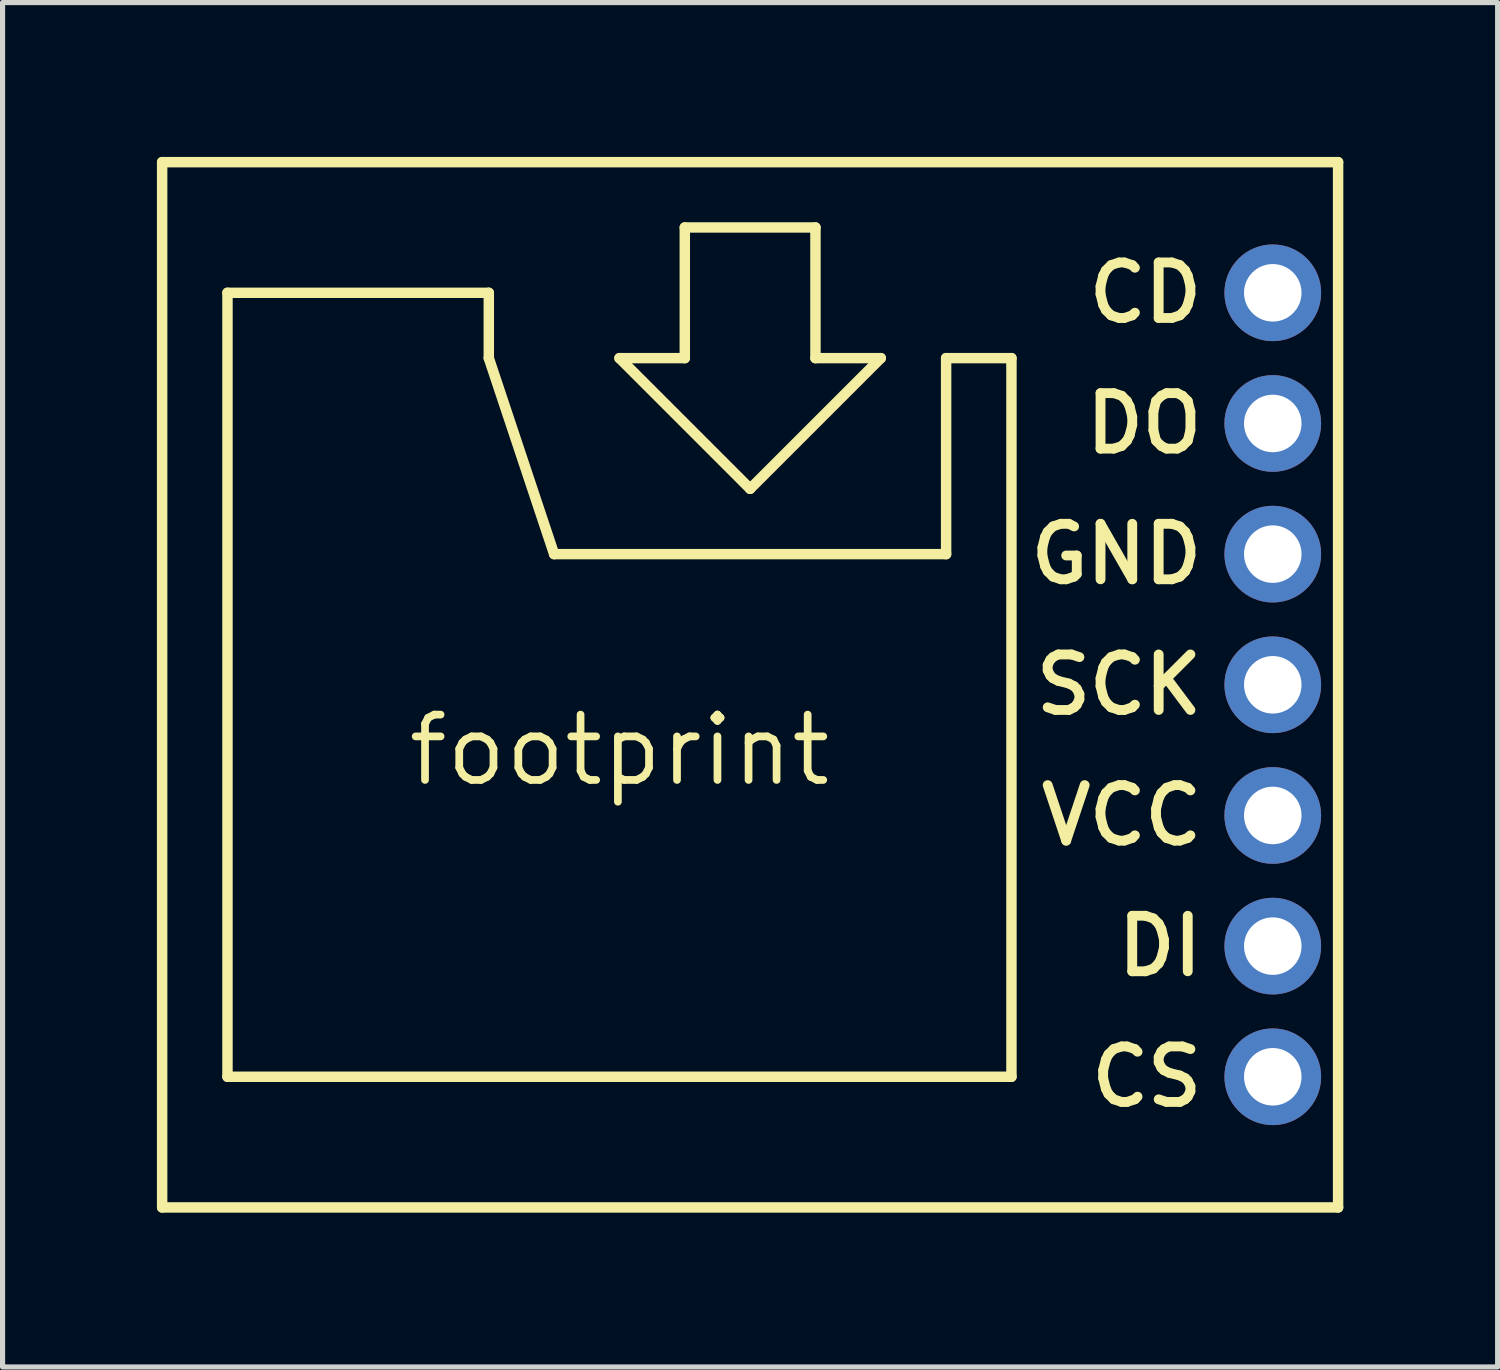
<source format=kicad_pcb>
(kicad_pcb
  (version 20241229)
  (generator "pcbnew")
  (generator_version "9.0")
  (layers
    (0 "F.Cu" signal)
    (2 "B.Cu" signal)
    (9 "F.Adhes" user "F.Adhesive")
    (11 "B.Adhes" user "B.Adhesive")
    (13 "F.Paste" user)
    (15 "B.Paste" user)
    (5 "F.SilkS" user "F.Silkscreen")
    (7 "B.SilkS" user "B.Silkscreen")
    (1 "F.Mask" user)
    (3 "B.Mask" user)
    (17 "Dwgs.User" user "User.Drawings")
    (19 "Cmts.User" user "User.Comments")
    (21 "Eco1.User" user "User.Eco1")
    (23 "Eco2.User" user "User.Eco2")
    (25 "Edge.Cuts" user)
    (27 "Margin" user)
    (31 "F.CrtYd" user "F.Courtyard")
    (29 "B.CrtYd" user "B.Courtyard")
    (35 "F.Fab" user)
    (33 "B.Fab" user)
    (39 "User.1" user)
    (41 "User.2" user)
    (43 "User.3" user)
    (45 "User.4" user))
  (footprint "footprint"
    (layer "F.Cu")
    (at 8.992 11.532)
    (property "Reference" "footprint" (at 0 0 0) (layer "F.SilkS") (effects (font (size 1.27 1.27) (thickness 0.15))))
    (fp_line (start -8.89 -11.43) (end -8.89 8.89) (stroke (width 0.203) (type solid)) (layer "F.SilkS"))
    (fp_line (start -8.89 8.89) (end 13.97 8.89) (stroke (width 0.203) (type solid)) (layer "F.SilkS"))
    (fp_line (start -7.62 -8.89) (end -7.62 6.35) (stroke (width 0.203) (type solid)) (layer "F.SilkS"))
    (fp_line (start -7.62 6.35) (end 7.62 6.35) (stroke (width 0.203) (type solid)) (layer "F.SilkS"))
    (fp_line (start -2.54 -8.89) (end -7.62 -8.89) (stroke (width 0.203) (type solid)) (layer "F.SilkS"))
    (fp_line (start -2.54 -7.62) (end -2.54 -8.89) (stroke (width 0.203) (type solid)) (layer "F.SilkS"))
    (fp_line (start -1.27 -3.81) (end -2.54 -7.62) (stroke (width 0.203) (type solid)) (layer "F.SilkS"))
    (fp_line (start 0 -7.62) (end 2.54 -5.08) (stroke (width 0.203) (type solid)) (layer "F.SilkS"))
    (fp_line (start 1.27 -10.16) (end 1.27 -7.62) (stroke (width 0.203) (type solid)) (layer "F.SilkS"))
    (fp_line (start 1.27 -7.62) (end 0 -7.62) (stroke (width 0.203) (type solid)) (layer "F.SilkS"))
    (fp_line (start 2.54 -5.08) (end 5.08 -7.62) (stroke (width 0.203) (type solid)) (layer "F.SilkS"))
    (fp_line (start 3.81 -10.16) (end 1.27 -10.16) (stroke (width 0.203) (type solid)) (layer "F.SilkS"))
    (fp_line (start 3.81 -7.62) (end 3.81 -10.16) (stroke (width 0.203) (type solid)) (layer "F.SilkS"))
    (fp_line (start 5.08 -7.62) (end 3.81 -7.62) (stroke (width 0.203) (type solid)) (layer "F.SilkS"))
    (fp_line (start 6.35 -7.62) (end 6.35 -3.81) (stroke (width 0.203) (type solid)) (layer "F.SilkS"))
    (fp_line (start 6.35 -3.81) (end -1.27 -3.81) (stroke (width 0.203) (type solid)) (layer "F.SilkS"))
    (fp_line (start 7.62 -7.62) (end 6.35 -7.62) (stroke (width 0.203) (type solid)) (layer "F.SilkS"))
    (fp_line (start 7.62 6.35) (end 7.62 -7.62) (stroke (width 0.203) (type solid)) (layer "F.SilkS"))
    (fp_line (start 13.97 -11.43) (end -8.89 -11.43) (stroke (width 0.203) (type solid)) (layer "F.SilkS"))
    (fp_line (start 13.97 8.89) (end 13.97 -11.43) (stroke (width 0.203) (type solid)) (layer "F.SilkS"))
    (fp_text user "DO" (at 11.43 -6.35 0) (layer "F.SilkS") (effects (font (size 1.079 1.079) (thickness 0.191)) (justify right)))
    (fp_text user "DI" (at 11.43 3.81 0) (layer "F.SilkS") (effects (font (size 1.079 1.079) (thickness 0.191)) (justify right)))
    (fp_text user "CS" (at 11.43 6.35 0) (layer "F.SilkS") (effects (font (size 1.079 1.079) (thickness 0.191)) (justify right)))
    (fp_text user "VCC" (at 11.43 1.27 0) (layer "F.SilkS") (effects (font (size 1.079 1.079) (thickness 0.191)) (justify right)))
    (fp_text user "SCK" (at 11.43 -1.27 0) (layer "F.SilkS") (effects (font (size 1.079 1.079) (thickness 0.191)) (justify right)))
    (fp_text user "CD" (at 11.43 -8.89 0) (layer "F.SilkS") (effects (font (size 1.079 1.079) (thickness 0.191)) (justify right)))
    (fp_text user "GND" (at 11.43 -3.81 0) (layer "F.SilkS") (effects (font (size 1.079 1.079) (thickness 0.191)) (justify right)))
    (pad "CD" thru_hole circle (at 12.7 -8.89) (size 1.88 1.88) (drill 1.118) (layers "*.Cu" "*.Mask"))
    (pad "CS" thru_hole circle (at 12.7 6.35) (size 1.88 1.88) (drill 1.118) (layers "*.Cu" "*.Mask"))
    (pad "DI" thru_hole circle (at 12.7 3.81) (size 1.88 1.88) (drill 1.118) (layers "*.Cu" "*.Mask"))
    (pad "DO" thru_hole circle (at 12.7 -6.35) (size 1.88 1.88) (drill 1.118) (layers "*.Cu" "*.Mask"))
    (pad "GND" thru_hole circle (at 12.7 -3.81) (size 1.88 1.88) (drill 1.118) (layers "*.Cu" "*.Mask"))
    (pad "SCK" thru_hole circle (at 12.7 -1.27) (size 1.88 1.88) (drill 1.118) (layers "*.Cu" "*.Mask"))
    (pad "VCC" thru_hole circle (at 12.7 1.27) (size 1.88 1.88) (drill 1.118) (layers "*.Cu" "*.Mask")))
  (gr_rect
    (start -3 -3)
    (end 26.063 23.523)
    (stroke (width 0.1) (type default))
    (fill no)
    (layer "Edge.Cuts")))
</source>
